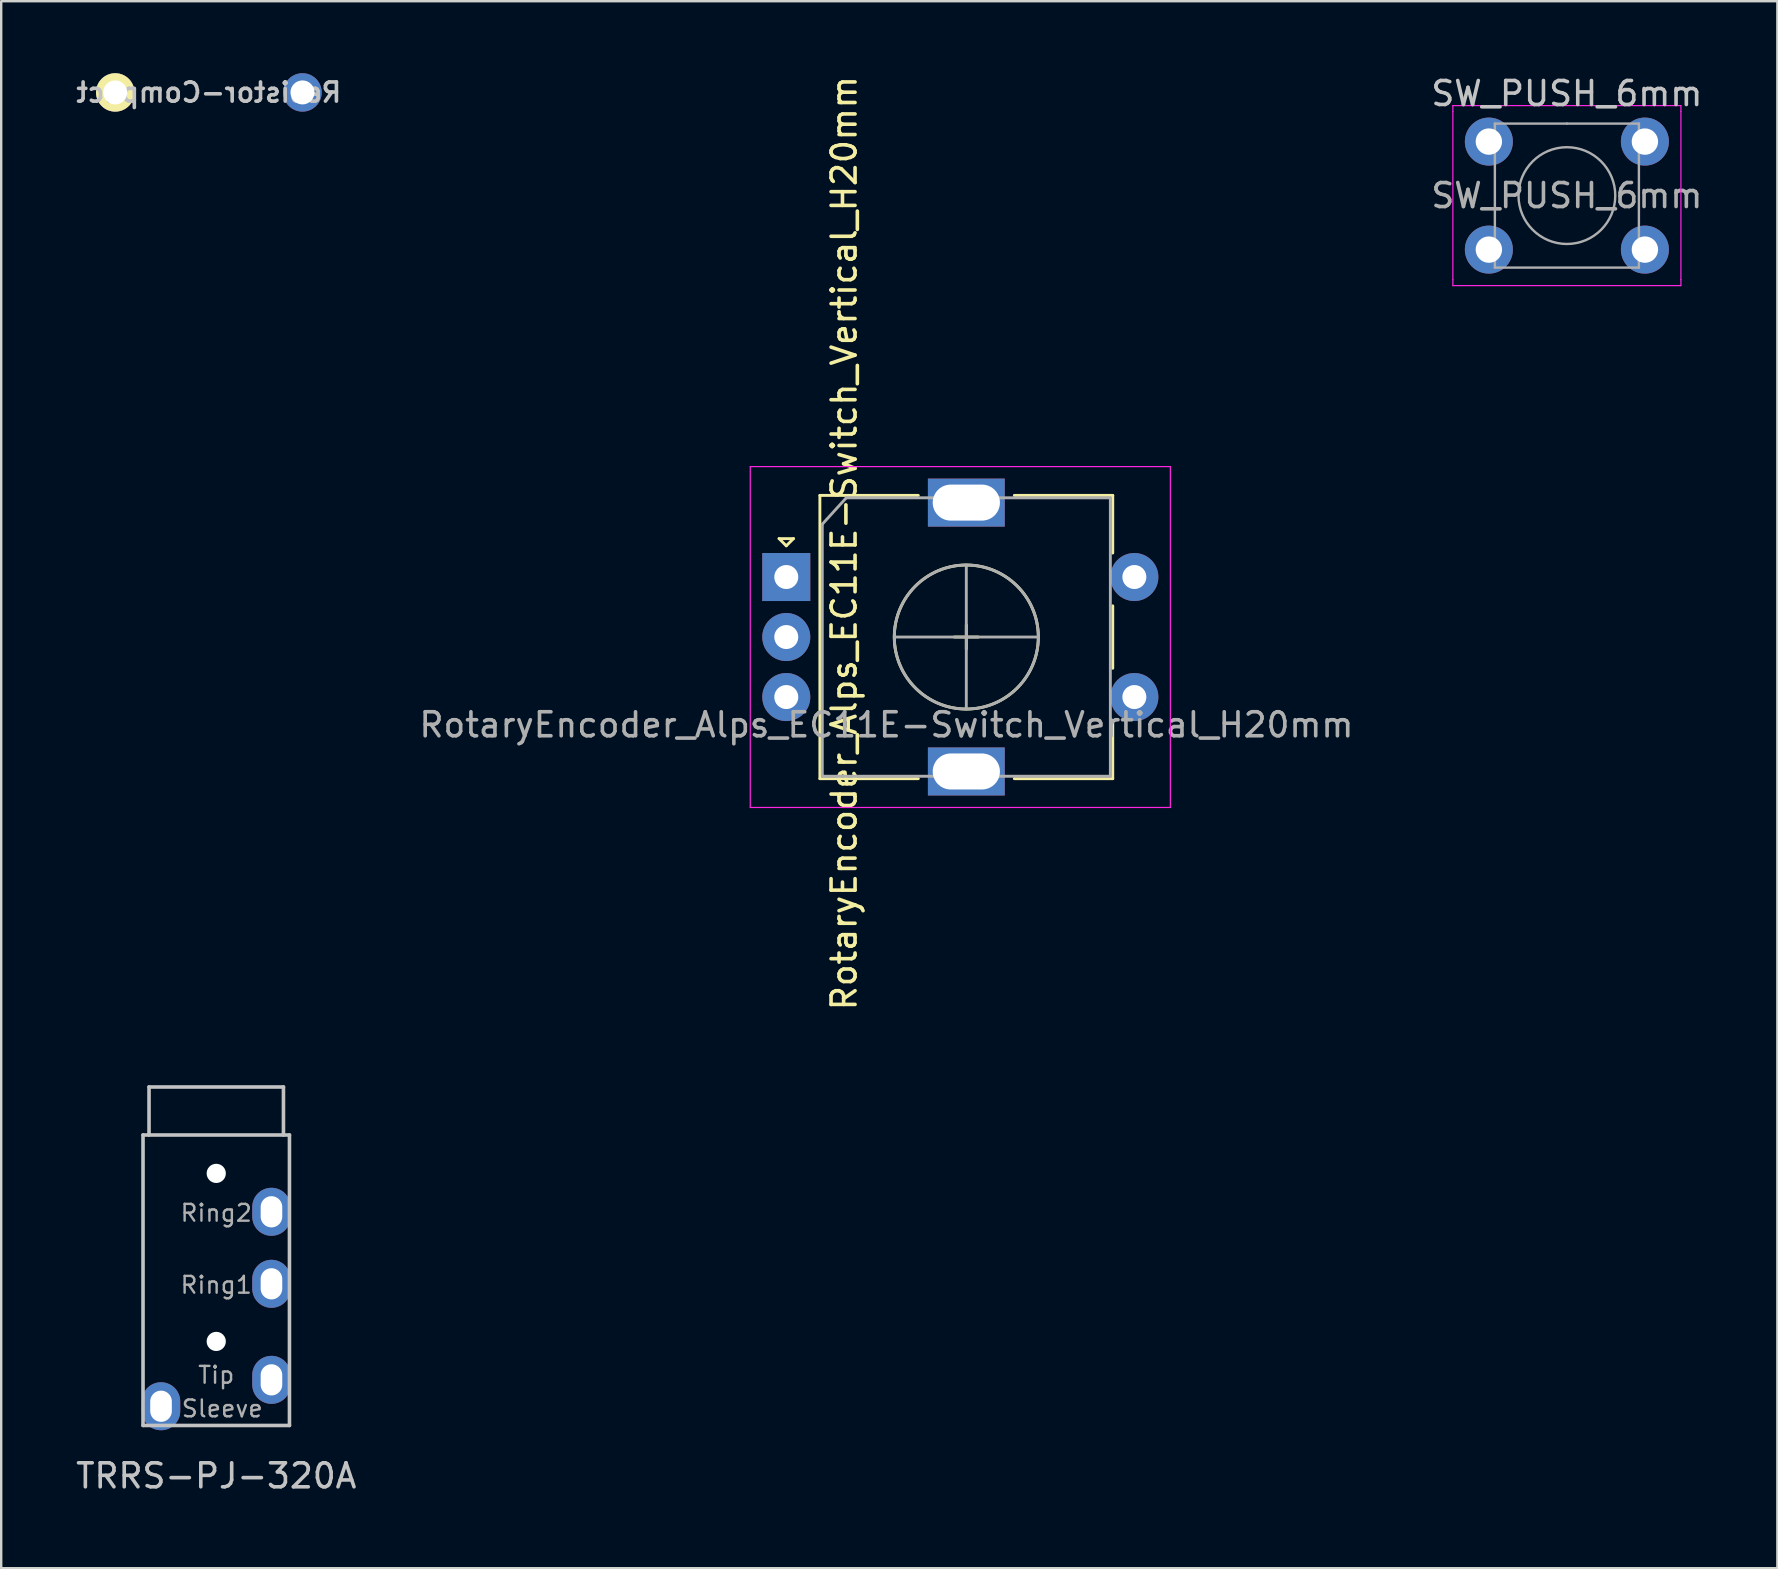
<source format=kicad_pcb>
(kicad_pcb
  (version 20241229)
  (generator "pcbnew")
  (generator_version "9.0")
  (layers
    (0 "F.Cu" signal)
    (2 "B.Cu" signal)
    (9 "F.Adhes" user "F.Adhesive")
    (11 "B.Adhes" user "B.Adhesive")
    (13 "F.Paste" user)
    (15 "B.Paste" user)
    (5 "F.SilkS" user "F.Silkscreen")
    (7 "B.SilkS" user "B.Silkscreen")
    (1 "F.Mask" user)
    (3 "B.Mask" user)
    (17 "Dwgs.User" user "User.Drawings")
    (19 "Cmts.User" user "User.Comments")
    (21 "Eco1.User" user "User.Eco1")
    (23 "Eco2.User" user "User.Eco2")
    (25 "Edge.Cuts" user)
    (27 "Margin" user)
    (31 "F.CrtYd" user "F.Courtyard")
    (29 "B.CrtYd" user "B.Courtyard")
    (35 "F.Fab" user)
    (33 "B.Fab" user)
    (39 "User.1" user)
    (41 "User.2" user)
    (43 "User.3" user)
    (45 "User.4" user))
  (footprint "RotaryEncoder_Alps_EC11E-Switch_Vertical_H20mm"
    (layer "F.Cu")
    (at 29.704 20.987)
    (property "Reference" "RotaryEncoder_Alps_EC11E-Switch_Vertical_H20mm" (at 2.41 -1.41 90) (layer "F.SilkS") (effects (font (size 1 1) (thickness 0.15))))
    (attr through_hole)
    (fp_line (start -0.3 -1.6) (end 0.3 -1.6) (stroke (width 0.12) (type solid)) (layer "F.SilkS"))
    (fp_line (start 0 -1.3) (end -0.3 -1.6) (stroke (width 0.12) (type solid)) (layer "F.SilkS"))
    (fp_line (start 0.3 -1.6) (end 0 -1.3) (stroke (width 0.12) (type solid)) (layer "F.SilkS"))
    (fp_line (start 1.4 -3.4) (end 1.4 8.4) (stroke (width 0.12) (type solid)) (layer "F.SilkS"))
    (fp_line (start 5.5 -3.4) (end 1.4 -3.4) (stroke (width 0.12) (type solid)) (layer "F.SilkS"))
    (fp_line (start 5.5 8.4) (end 1.4 8.4) (stroke (width 0.12) (type solid)) (layer "F.SilkS"))
    (fp_line (start 7 2.5) (end 8 2.5) (stroke (width 0.12) (type solid)) (layer "F.SilkS"))
    (fp_line (start 7.5 2) (end 7.5 3) (stroke (width 0.12) (type solid)) (layer "F.SilkS"))
    (fp_line (start 9.5 -3.4) (end 13.6 -3.4) (stroke (width 0.12) (type solid)) (layer "F.SilkS"))
    (fp_line (start 13.6 -3.4) (end 13.6 -1) (stroke (width 0.12) (type solid)) (layer "F.SilkS"))
    (fp_line (start 13.6 1.2) (end 13.6 3.8) (stroke (width 0.12) (type solid)) (layer "F.SilkS"))
    (fp_line (start 13.6 6) (end 13.6 8.4) (stroke (width 0.12) (type solid)) (layer "F.SilkS"))
    (fp_line (start 13.6 8.4) (end 9.5 8.4) (stroke (width 0.12) (type solid)) (layer "F.SilkS"))
    (fp_circle (center 7.5 2.5) (end 10.5 2.5) (stroke (width 0.12) (type solid)) (fill no) (layer "F.SilkS"))
    (fp_line (start -1.5 -4.6) (end -1.5 9.6) (stroke (width 0.05) (type solid)) (layer "F.CrtYd"))
    (fp_line (start -1.5 -4.6) (end 16 -4.6) (stroke (width 0.05) (type solid)) (layer "F.CrtYd"))
    (fp_line (start 16 9.6) (end -1.5 9.6) (stroke (width 0.05) (type solid)) (layer "F.CrtYd"))
    (fp_line (start 16 9.6) (end 16 -4.6) (stroke (width 0.05) (type solid)) (layer "F.CrtYd"))
    (fp_line (start 1.5 -2.2) (end 2.5 -3.3) (stroke (width 0.12) (type solid)) (layer "F.Fab"))
    (fp_line (start 1.5 8.3) (end 1.5 -2.2) (stroke (width 0.12) (type solid)) (layer "F.Fab"))
    (fp_line (start 2.5 -3.3) (end 13.5 -3.3) (stroke (width 0.12) (type solid)) (layer "F.Fab"))
    (fp_line (start 4.5 2.5) (end 10.5 2.5) (stroke (width 0.12) (type solid)) (layer "F.Fab"))
    (fp_line (start 7.5 -0.5) (end 7.5 5.5) (stroke (width 0.12) (type solid)) (layer "F.Fab"))
    (fp_line (start 13.5 -3.3) (end 13.5 8.3) (stroke (width 0.12) (type solid)) (layer "F.Fab"))
    (fp_line (start 13.5 8.3) (end 1.5 8.3) (stroke (width 0.12) (type solid)) (layer "F.Fab"))
    (fp_circle (center 7.5 2.5) (end 10.5 2.5) (stroke (width 0.12) (type solid)) (fill no) (layer "F.Fab"))
    (fp_text user "${REFERENCE}" (at 4.173 6.158 0) (layer "F.Fab") (effects (font (size 1 1) (thickness 0.15))))
    (pad "A" thru_hole rect (at 0 0) (size 2 2) (drill 1) (layers "*.Cu" "*.Mask"))
    (pad "B" thru_hole circle (at 0 5) (size 2 2) (drill 1) (layers "*.Cu" "*.Mask"))
    (pad "C" thru_hole circle (at 0 2.5) (size 2 2) (drill 1) (layers "*.Cu" "*.Mask"))
    (pad "MP" thru_hole rect (at 7.5 -3.1) (size 3.2 2) (drill oval 2.8 1.5) (layers "*.Cu" "*.Mask"))
    (pad "MP" thru_hole rect (at 7.5 8.1) (size 3.2 2) (drill oval 2.8 1.5) (layers "*.Cu" "*.Mask"))
    (pad "S1" thru_hole circle (at 14.5 5) (size 2 2) (drill 1) (layers "*.Cu" "*.Mask"))
    (pad "S2" thru_hole circle (at 14.5 0) (size 2 2) (drill 1) (layers "*.Cu" "*.Mask")))
  (footprint "TRRS-PJ-320A"
    (layer "F.Cu")
    (at 5.958 44.23)
    (property "Reference" "TRRS-PJ-320A" (at 0 14.2 0) (layer "Dwgs.User") (effects (font (size 1 1) (thickness 0.15))))
    (attr through_hole)
    (fp_line (start -3.05 0) (end -3.05 12.1) (stroke (width 0.15) (type solid)) (layer "Dwgs.User"))
    (fp_line (start -2.8 0) (end -2.8 -2) (stroke (width 0.15) (type solid)) (layer "Dwgs.User"))
    (fp_line (start 2.8 -2) (end -2.8 -2) (stroke (width 0.15) (type solid)) (layer "Dwgs.User"))
    (fp_line (start 2.8 0) (end 2.8 -2) (stroke (width 0.15) (type solid)) (layer "Dwgs.User"))
    (fp_line (start 3.05 0) (end -3.05 0) (stroke (width 0.15) (type solid)) (layer "Dwgs.User"))
    (fp_line (start 3.05 0) (end 3.05 12.1) (stroke (width 0.15) (type solid)) (layer "Dwgs.User"))
    (fp_line (start 3.05 12.1) (end -3.05 12.1) (stroke (width 0.15) (type solid)) (layer "Dwgs.User"))
    (fp_text user "Sleeve" (at 0.25 11.4 0) (layer "F.Fab") (effects (font (size 0.7 0.7) (thickness 0.1))))
    (fp_text user "Ring1" (at 0 6.25 0) (layer "F.Fab") (effects (font (size 0.7 0.7) (thickness 0.1))))
    (fp_text user "Ring2" (at 0 3.25 0) (layer "F.Fab") (effects (font (size 0.7 0.7) (thickness 0.1))))
    (fp_text user "Tip" (at 0 10 0) (layer "F.Fab") (effects (font (size 0.7 0.7) (thickness 0.1))))
    (pad "" np_thru_hole circle (at 0 1.6) (size 0.8 0.8) (drill 0.8) (layers "*.Cu" "*.Mask"))
    (pad "" np_thru_hole circle (at 0 8.6) (size 0.8 0.8) (drill 0.8) (layers "*.Cu" "*.Mask"))
    (pad "1" thru_hole oval (at -2.3 11.3) (size 1.6 2) (drill oval 0.9 1.3) (layers "*.Cu" "*.Mask"))
    (pad "2" thru_hole oval (at 2.3 10.2) (size 1.6 2) (drill oval 0.9 1.3) (layers "*.Cu" "*.Mask"))
    (pad "3" thru_hole oval (at 2.3 6.2) (size 1.6 2) (drill oval 0.9 1.3) (layers "*.Cu" "*.Mask"))
    (pad "4" thru_hole oval (at 2.3 3.2) (size 1.6 2) (drill oval 0.9 1.3) (layers "*.Cu" "*.Mask")))
  (footprint "Resistor-Compact"
    (layer "F.Cu")
    (at 5.65 0.8)
    (property "Reference" "Resistor-Compact" (at 0 0 0) (layer "Dwgs.User") (effects (font (size 0.8 0.8) (thickness 0.15)) (justify mirror)))
    (attr smd)
    (pad "1" thru_hole circle (at 3.9 0) (size 1.6 1.6) (drill 1) (layers "*.Cu" "*.Mask"))
    (pad "2" thru_hole circle (at -3.9 0) (size 1.6 1.6) (drill 1) (layers "*.Cu" "*.Mask" "F.SilkS")))
  (footprint "SW_PUSH_6mm"
    (layer "F.Cu")
    (at 58.972 2.848)
    (property "Reference" "SW_PUSH_6mm" (at 3.25 -2 0) (layer "Dwgs.User") (effects (font (size 1 1) (thickness 0.15))))
    (attr through_hole)
    (fp_line (start -1.5 -1.5) (end -1.25 -1.5) (stroke (width 0.05) (type solid)) (layer "F.CrtYd"))
    (fp_line (start -1.5 -1.25) (end -1.5 -1.5) (stroke (width 0.05) (type solid)) (layer "F.CrtYd"))
    (fp_line (start -1.5 5.75) (end -1.5 -1.25) (stroke (width 0.05) (type solid)) (layer "F.CrtYd"))
    (fp_line (start -1.5 5.75) (end -1.5 6) (stroke (width 0.05) (type solid)) (layer "F.CrtYd"))
    (fp_line (start -1.5 6) (end -1.25 6) (stroke (width 0.05) (type solid)) (layer "F.CrtYd"))
    (fp_line (start -1.25 -1.5) (end 7.75 -1.5) (stroke (width 0.05) (type solid)) (layer "F.CrtYd"))
    (fp_line (start 7.75 -1.5) (end 8 -1.5) (stroke (width 0.05) (type solid)) (layer "F.CrtYd"))
    (fp_line (start 7.75 6) (end -1.25 6) (stroke (width 0.05) (type solid)) (layer "F.CrtYd"))
    (fp_line (start 7.75 6) (end 8 6) (stroke (width 0.05) (type solid)) (layer "F.CrtYd"))
    (fp_line (start 8 -1.5) (end 8 -1.25) (stroke (width 0.05) (type solid)) (layer "F.CrtYd"))
    (fp_line (start 8 -1.25) (end 8 5.75) (stroke (width 0.05) (type solid)) (layer "F.CrtYd"))
    (fp_line (start 8 6) (end 8 5.75) (stroke (width 0.05) (type solid)) (layer "F.CrtYd"))
    (fp_line (start 0.25 -0.75) (end 3.25 -0.75) (stroke (width 0.1) (type solid)) (layer "F.Fab"))
    (fp_line (start 0.25 5.25) (end 0.25 -0.75) (stroke (width 0.1) (type solid)) (layer "F.Fab"))
    (fp_line (start 3.25 -0.75) (end 6.25 -0.75) (stroke (width 0.1) (type solid)) (layer "F.Fab"))
    (fp_line (start 6.25 -0.75) (end 6.25 5.25) (stroke (width 0.1) (type solid)) (layer "F.Fab"))
    (fp_line (start 6.25 5.25) (end 0.25 5.25) (stroke (width 0.1) (type solid)) (layer "F.Fab"))
    (fp_circle (center 3.25 2.25) (end 1.25 2.5) (stroke (width 0.1) (type solid)) (fill no) (layer "F.Fab"))
    (fp_text user "${REFERENCE}" (at 3.25 2.25 0) (layer "F.Fab") (effects (font (size 1 1) (thickness 0.15))))
    (pad "1" thru_hole circle (at 0 0 90) (size 2 2) (drill 1.1) (layers "*.Cu" "*.Mask"))
    (pad "1" thru_hole circle (at 6.5 0 90) (size 2 2) (drill 1.1) (layers "*.Cu" "*.Mask"))
    (pad "2" thru_hole circle (at 0 4.5 90) (size 2 2) (drill 1.1) (layers "*.Cu" "*.Mask"))
    (pad "2" thru_hole circle (at 6.5 4.5 90) (size 2 2) (drill 1.1) (layers "*.Cu" "*.Mask")))
  (gr_rect
    (start -3 -3)
    (end 70.99 62.278)
    (stroke (width 0.1) (type default))
    (fill no)
    (layer "Edge.Cuts")))
</source>
